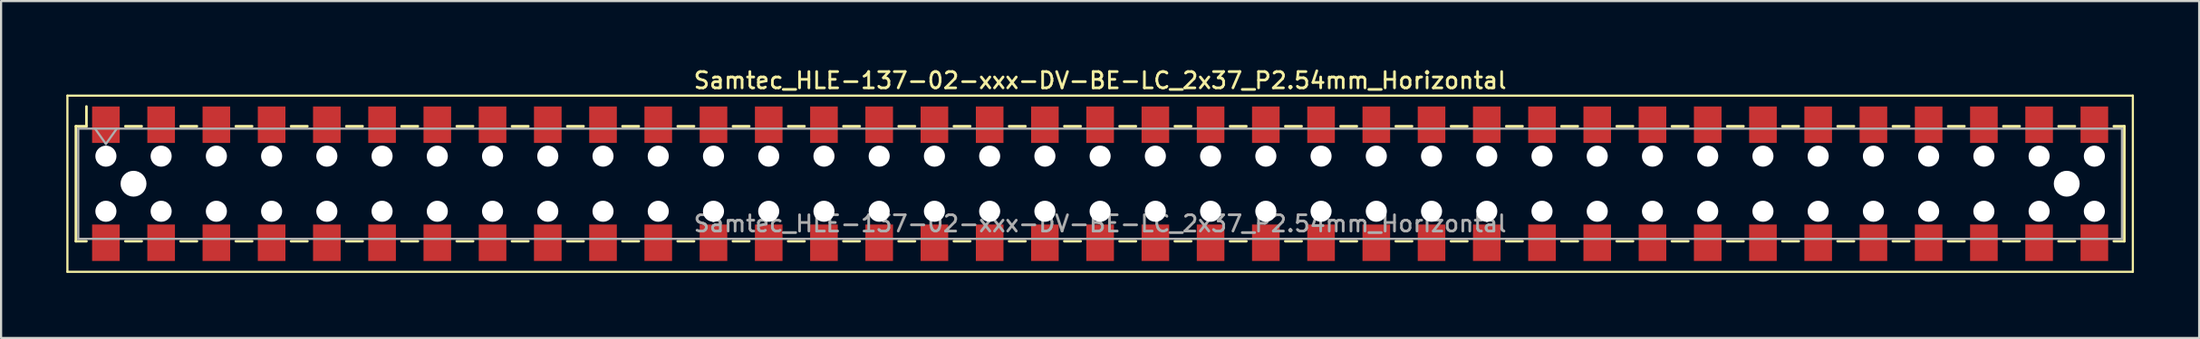
<source format=kicad_pcb>
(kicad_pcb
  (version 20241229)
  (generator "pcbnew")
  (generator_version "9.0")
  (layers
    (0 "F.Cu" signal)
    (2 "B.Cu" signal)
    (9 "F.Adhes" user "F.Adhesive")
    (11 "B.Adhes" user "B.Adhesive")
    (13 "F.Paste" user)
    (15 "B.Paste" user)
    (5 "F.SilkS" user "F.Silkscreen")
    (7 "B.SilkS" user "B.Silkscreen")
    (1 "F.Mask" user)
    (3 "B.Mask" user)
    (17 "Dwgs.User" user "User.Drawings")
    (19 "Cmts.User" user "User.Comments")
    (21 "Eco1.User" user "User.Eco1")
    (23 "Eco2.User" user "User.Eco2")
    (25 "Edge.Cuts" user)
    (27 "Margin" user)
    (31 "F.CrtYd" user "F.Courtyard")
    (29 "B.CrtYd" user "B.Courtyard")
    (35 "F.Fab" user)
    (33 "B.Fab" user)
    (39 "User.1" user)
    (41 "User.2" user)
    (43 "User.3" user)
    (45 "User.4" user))
  (footprint "Samtec_HLE-137-02-xxx-DV-BE-LC_2x37_P2.54mm_Horizontal"
    (layer "F.Cu")
    (at 47.54 5.418)
    (property "Reference" "Samtec_HLE-137-02-xxx-DV-BE-LC_2x37_P2.54mm_Horizontal" (at 0 -4.76 0) (layer "F.SilkS") (effects (font (size 0.75 0.75) (thickness 0.125))))
    (attr smd)
    (fp_line (start -47.49 -4.06) (end 47.49 -4.06) (stroke (width 0.1) (type solid)) (layer "F.SilkS"))
    (fp_line (start -47.49 4.06) (end -47.49 -4.06) (stroke (width 0.1) (type solid)) (layer "F.SilkS"))
    (fp_line (start -47.1 -2.65) (end -47.1 2.65) (stroke (width 0.12) (type solid)) (layer "F.SilkS"))
    (fp_line (start -47.1 2.65) (end -46.615 2.65) (stroke (width 0.12) (type solid)) (layer "F.SilkS"))
    (fp_line (start -46.615 -3.56) (end -46.615 -2.65) (stroke (width 0.12) (type solid)) (layer "F.SilkS"))
    (fp_line (start -46.615 -2.65) (end -47.1 -2.65) (stroke (width 0.12) (type solid)) (layer "F.SilkS"))
    (fp_line (start -44.825 -2.65) (end -44.075 -2.65) (stroke (width 0.12) (type solid)) (layer "F.SilkS"))
    (fp_line (start -44.825 2.65) (end -44.075 2.65) (stroke (width 0.12) (type solid)) (layer "F.SilkS"))
    (fp_line (start -42.285 -2.65) (end -41.535 -2.65) (stroke (width 0.12) (type solid)) (layer "F.SilkS"))
    (fp_line (start -42.285 2.65) (end -41.535 2.65) (stroke (width 0.12) (type solid)) (layer "F.SilkS"))
    (fp_line (start -39.745 -2.65) (end -38.995 -2.65) (stroke (width 0.12) (type solid)) (layer "F.SilkS"))
    (fp_line (start -39.745 2.65) (end -38.995 2.65) (stroke (width 0.12) (type solid)) (layer "F.SilkS"))
    (fp_line (start -37.205 -2.65) (end -36.455 -2.65) (stroke (width 0.12) (type solid)) (layer "F.SilkS"))
    (fp_line (start -37.205 2.65) (end -36.455 2.65) (stroke (width 0.12) (type solid)) (layer "F.SilkS"))
    (fp_line (start -34.665 -2.65) (end -33.915 -2.65) (stroke (width 0.12) (type solid)) (layer "F.SilkS"))
    (fp_line (start -34.665 2.65) (end -33.915 2.65) (stroke (width 0.12) (type solid)) (layer "F.SilkS"))
    (fp_line (start -32.125 -2.65) (end -31.375 -2.65) (stroke (width 0.12) (type solid)) (layer "F.SilkS"))
    (fp_line (start -32.125 2.65) (end -31.375 2.65) (stroke (width 0.12) (type solid)) (layer "F.SilkS"))
    (fp_line (start -29.585 -2.65) (end -28.835 -2.65) (stroke (width 0.12) (type solid)) (layer "F.SilkS"))
    (fp_line (start -29.585 2.65) (end -28.835 2.65) (stroke (width 0.12) (type solid)) (layer "F.SilkS"))
    (fp_line (start -27.045 -2.65) (end -26.295 -2.65) (stroke (width 0.12) (type solid)) (layer "F.SilkS"))
    (fp_line (start -27.045 2.65) (end -26.295 2.65) (stroke (width 0.12) (type solid)) (layer "F.SilkS"))
    (fp_line (start -24.505 -2.65) (end -23.755 -2.65) (stroke (width 0.12) (type solid)) (layer "F.SilkS"))
    (fp_line (start -24.505 2.65) (end -23.755 2.65) (stroke (width 0.12) (type solid)) (layer "F.SilkS"))
    (fp_line (start -21.965 -2.65) (end -21.215 -2.65) (stroke (width 0.12) (type solid)) (layer "F.SilkS"))
    (fp_line (start -21.965 2.65) (end -21.215 2.65) (stroke (width 0.12) (type solid)) (layer "F.SilkS"))
    (fp_line (start -19.425 -2.65) (end -18.675 -2.65) (stroke (width 0.12) (type solid)) (layer "F.SilkS"))
    (fp_line (start -19.425 2.65) (end -18.675 2.65) (stroke (width 0.12) (type solid)) (layer "F.SilkS"))
    (fp_line (start -16.885 -2.65) (end -16.135 -2.65) (stroke (width 0.12) (type solid)) (layer "F.SilkS"))
    (fp_line (start -16.885 2.65) (end -16.135 2.65) (stroke (width 0.12) (type solid)) (layer "F.SilkS"))
    (fp_line (start -14.345 -2.65) (end -13.595 -2.65) (stroke (width 0.12) (type solid)) (layer "F.SilkS"))
    (fp_line (start -14.345 2.65) (end -13.595 2.65) (stroke (width 0.12) (type solid)) (layer "F.SilkS"))
    (fp_line (start -11.805 -2.65) (end -11.055 -2.65) (stroke (width 0.12) (type solid)) (layer "F.SilkS"))
    (fp_line (start -11.805 2.65) (end -11.055 2.65) (stroke (width 0.12) (type solid)) (layer "F.SilkS"))
    (fp_line (start -9.265 -2.65) (end -8.515 -2.65) (stroke (width 0.12) (type solid)) (layer "F.SilkS"))
    (fp_line (start -9.265 2.65) (end -8.515 2.65) (stroke (width 0.12) (type solid)) (layer "F.SilkS"))
    (fp_line (start -6.725 -2.65) (end -5.975 -2.65) (stroke (width 0.12) (type solid)) (layer "F.SilkS"))
    (fp_line (start -6.725 2.65) (end -5.975 2.65) (stroke (width 0.12) (type solid)) (layer "F.SilkS"))
    (fp_line (start -4.185 -2.65) (end -3.435 -2.65) (stroke (width 0.12) (type solid)) (layer "F.SilkS"))
    (fp_line (start -4.185 2.65) (end -3.435 2.65) (stroke (width 0.12) (type solid)) (layer "F.SilkS"))
    (fp_line (start -1.645 -2.65) (end -0.895 -2.65) (stroke (width 0.12) (type solid)) (layer "F.SilkS"))
    (fp_line (start -1.645 2.65) (end -0.895 2.65) (stroke (width 0.12) (type solid)) (layer "F.SilkS"))
    (fp_line (start 0.895 -2.65) (end 1.645 -2.65) (stroke (width 0.12) (type solid)) (layer "F.SilkS"))
    (fp_line (start 0.895 2.65) (end 1.645 2.65) (stroke (width 0.12) (type solid)) (layer "F.SilkS"))
    (fp_line (start 3.435 -2.65) (end 4.185 -2.65) (stroke (width 0.12) (type solid)) (layer "F.SilkS"))
    (fp_line (start 3.435 2.65) (end 4.185 2.65) (stroke (width 0.12) (type solid)) (layer "F.SilkS"))
    (fp_line (start 5.975 -2.65) (end 6.725 -2.65) (stroke (width 0.12) (type solid)) (layer "F.SilkS"))
    (fp_line (start 5.975 2.65) (end 6.725 2.65) (stroke (width 0.12) (type solid)) (layer "F.SilkS"))
    (fp_line (start 8.515 -2.65) (end 9.265 -2.65) (stroke (width 0.12) (type solid)) (layer "F.SilkS"))
    (fp_line (start 8.515 2.65) (end 9.265 2.65) (stroke (width 0.12) (type solid)) (layer "F.SilkS"))
    (fp_line (start 11.055 -2.65) (end 11.805 -2.65) (stroke (width 0.12) (type solid)) (layer "F.SilkS"))
    (fp_line (start 11.055 2.65) (end 11.805 2.65) (stroke (width 0.12) (type solid)) (layer "F.SilkS"))
    (fp_line (start 13.595 -2.65) (end 14.345 -2.65) (stroke (width 0.12) (type solid)) (layer "F.SilkS"))
    (fp_line (start 13.595 2.65) (end 14.345 2.65) (stroke (width 0.12) (type solid)) (layer "F.SilkS"))
    (fp_line (start 16.135 -2.65) (end 16.885 -2.65) (stroke (width 0.12) (type solid)) (layer "F.SilkS"))
    (fp_line (start 16.135 2.65) (end 16.885 2.65) (stroke (width 0.12) (type solid)) (layer "F.SilkS"))
    (fp_line (start 18.675 -2.65) (end 19.425 -2.65) (stroke (width 0.12) (type solid)) (layer "F.SilkS"))
    (fp_line (start 18.675 2.65) (end 19.425 2.65) (stroke (width 0.12) (type solid)) (layer "F.SilkS"))
    (fp_line (start 21.215 -2.65) (end 21.965 -2.65) (stroke (width 0.12) (type solid)) (layer "F.SilkS"))
    (fp_line (start 21.215 2.65) (end 21.965 2.65) (stroke (width 0.12) (type solid)) (layer "F.SilkS"))
    (fp_line (start 23.755 -2.65) (end 24.505 -2.65) (stroke (width 0.12) (type solid)) (layer "F.SilkS"))
    (fp_line (start 23.755 2.65) (end 24.505 2.65) (stroke (width 0.12) (type solid)) (layer "F.SilkS"))
    (fp_line (start 26.295 -2.65) (end 27.045 -2.65) (stroke (width 0.12) (type solid)) (layer "F.SilkS"))
    (fp_line (start 26.295 2.65) (end 27.045 2.65) (stroke (width 0.12) (type solid)) (layer "F.SilkS"))
    (fp_line (start 28.835 -2.65) (end 29.585 -2.65) (stroke (width 0.12) (type solid)) (layer "F.SilkS"))
    (fp_line (start 28.835 2.65) (end 29.585 2.65) (stroke (width 0.12) (type solid)) (layer "F.SilkS"))
    (fp_line (start 31.375 -2.65) (end 32.125 -2.65) (stroke (width 0.12) (type solid)) (layer "F.SilkS"))
    (fp_line (start 31.375 2.65) (end 32.125 2.65) (stroke (width 0.12) (type solid)) (layer "F.SilkS"))
    (fp_line (start 33.915 -2.65) (end 34.665 -2.65) (stroke (width 0.12) (type solid)) (layer "F.SilkS"))
    (fp_line (start 33.915 2.65) (end 34.665 2.65) (stroke (width 0.12) (type solid)) (layer "F.SilkS"))
    (fp_line (start 36.455 -2.65) (end 37.205 -2.65) (stroke (width 0.12) (type solid)) (layer "F.SilkS"))
    (fp_line (start 36.455 2.65) (end 37.205 2.65) (stroke (width 0.12) (type solid)) (layer "F.SilkS"))
    (fp_line (start 38.995 -2.65) (end 39.745 -2.65) (stroke (width 0.12) (type solid)) (layer "F.SilkS"))
    (fp_line (start 38.995 2.65) (end 39.745 2.65) (stroke (width 0.12) (type solid)) (layer "F.SilkS"))
    (fp_line (start 41.535 -2.65) (end 42.285 -2.65) (stroke (width 0.12) (type solid)) (layer "F.SilkS"))
    (fp_line (start 41.535 2.65) (end 42.285 2.65) (stroke (width 0.12) (type solid)) (layer "F.SilkS"))
    (fp_line (start 44.075 -2.65) (end 44.825 -2.65) (stroke (width 0.12) (type solid)) (layer "F.SilkS"))
    (fp_line (start 44.075 2.65) (end 44.825 2.65) (stroke (width 0.12) (type solid)) (layer "F.SilkS"))
    (fp_line (start 46.615 -2.65) (end 47.1 -2.65) (stroke (width 0.12) (type solid)) (layer "F.SilkS"))
    (fp_line (start 47.1 -2.65) (end 47.1 2.65) (stroke (width 0.12) (type solid)) (layer "F.SilkS"))
    (fp_line (start 47.1 2.65) (end 46.615 2.65) (stroke (width 0.12) (type solid)) (layer "F.SilkS"))
    (fp_line (start 47.49 -4.06) (end 47.49 4.06) (stroke (width 0.1) (type solid)) (layer "F.SilkS"))
    (fp_line (start 47.49 4.06) (end -47.49 4.06) (stroke (width 0.1) (type solid)) (layer "F.SilkS"))
    (fp_line (start -46.99 -2.54) (end 46.99 -2.54) (stroke (width 0.1) (type solid)) (layer "F.Fab"))
    (fp_line (start -46.99 2.54) (end -46.99 -2.54) (stroke (width 0.1) (type solid)) (layer "F.Fab"))
    (fp_line (start -46.22 -2.54) (end -45.72 -1.833) (stroke (width 0.1) (type solid)) (layer "F.Fab"))
    (fp_line (start -45.72 -1.833) (end -45.22 -2.54) (stroke (width 0.1) (type solid)) (layer "F.Fab"))
    (fp_line (start 46.99 -2.54) (end 46.99 2.54) (stroke (width 0.1) (type solid)) (layer "F.Fab"))
    (fp_line (start 46.99 2.54) (end -46.99 2.54) (stroke (width 0.1) (type solid)) (layer "F.Fab"))
    (fp_text user "${REFERENCE}" (at 0 1.84 0) (layer "F.Fab") (effects (font (size 0.75 0.75) (thickness 0.125))))
    (pad "" np_thru_hole circle (at -45.72 -1.27) (size 0.97 0.97) (drill 0.97) (layers "*.Cu" "*.Mask"))
    (pad "" np_thru_hole circle (at -45.72 1.27) (size 0.97 0.97) (drill 0.97) (layers "*.Cu" "*.Mask"))
    (pad "" np_thru_hole circle (at -44.45 0) (size 1.19 1.19) (drill 1.19) (layers "*.Cu" "*.Mask"))
    (pad "" np_thru_hole circle (at -43.18 -1.27) (size 0.97 0.97) (drill 0.97) (layers "*.Cu" "*.Mask"))
    (pad "" np_thru_hole circle (at -43.18 1.27) (size 0.97 0.97) (drill 0.97) (layers "*.Cu" "*.Mask"))
    (pad "" np_thru_hole circle (at -40.64 -1.27) (size 0.97 0.97) (drill 0.97) (layers "*.Cu" "*.Mask"))
    (pad "" np_thru_hole circle (at -40.64 1.27) (size 0.97 0.97) (drill 0.97) (layers "*.Cu" "*.Mask"))
    (pad "" np_thru_hole circle (at -38.1 -1.27) (size 0.97 0.97) (drill 0.97) (layers "*.Cu" "*.Mask"))
    (pad "" np_thru_hole circle (at -38.1 1.27) (size 0.97 0.97) (drill 0.97) (layers "*.Cu" "*.Mask"))
    (pad "" np_thru_hole circle (at -35.56 -1.27) (size 0.97 0.97) (drill 0.97) (layers "*.Cu" "*.Mask"))
    (pad "" np_thru_hole circle (at -35.56 1.27) (size 0.97 0.97) (drill 0.97) (layers "*.Cu" "*.Mask"))
    (pad "" np_thru_hole circle (at -33.02 -1.27) (size 0.97 0.97) (drill 0.97) (layers "*.Cu" "*.Mask"))
    (pad "" np_thru_hole circle (at -33.02 1.27) (size 0.97 0.97) (drill 0.97) (layers "*.Cu" "*.Mask"))
    (pad "" np_thru_hole circle (at -30.48 -1.27) (size 0.97 0.97) (drill 0.97) (layers "*.Cu" "*.Mask"))
    (pad "" np_thru_hole circle (at -30.48 1.27) (size 0.97 0.97) (drill 0.97) (layers "*.Cu" "*.Mask"))
    (pad "" np_thru_hole circle (at -27.94 -1.27) (size 0.97 0.97) (drill 0.97) (layers "*.Cu" "*.Mask"))
    (pad "" np_thru_hole circle (at -27.94 1.27) (size 0.97 0.97) (drill 0.97) (layers "*.Cu" "*.Mask"))
    (pad "" np_thru_hole circle (at -25.4 -1.27) (size 0.97 0.97) (drill 0.97) (layers "*.Cu" "*.Mask"))
    (pad "" np_thru_hole circle (at -25.4 1.27) (size 0.97 0.97) (drill 0.97) (layers "*.Cu" "*.Mask"))
    (pad "" np_thru_hole circle (at -22.86 -1.27) (size 0.97 0.97) (drill 0.97) (layers "*.Cu" "*.Mask"))
    (pad "" np_thru_hole circle (at -22.86 1.27) (size 0.97 0.97) (drill 0.97) (layers "*.Cu" "*.Mask"))
    (pad "" np_thru_hole circle (at -20.32 -1.27) (size 0.97 0.97) (drill 0.97) (layers "*.Cu" "*.Mask"))
    (pad "" np_thru_hole circle (at -20.32 1.27) (size 0.97 0.97) (drill 0.97) (layers "*.Cu" "*.Mask"))
    (pad "" np_thru_hole circle (at -17.78 -1.27) (size 0.97 0.97) (drill 0.97) (layers "*.Cu" "*.Mask"))
    (pad "" np_thru_hole circle (at -17.78 1.27) (size 0.97 0.97) (drill 0.97) (layers "*.Cu" "*.Mask"))
    (pad "" np_thru_hole circle (at -15.24 -1.27) (size 0.97 0.97) (drill 0.97) (layers "*.Cu" "*.Mask"))
    (pad "" np_thru_hole circle (at -15.24 1.27) (size 0.97 0.97) (drill 0.97) (layers "*.Cu" "*.Mask"))
    (pad "" np_thru_hole circle (at -12.7 -1.27) (size 0.97 0.97) (drill 0.97) (layers "*.Cu" "*.Mask"))
    (pad "" np_thru_hole circle (at -12.7 1.27) (size 0.97 0.97) (drill 0.97) (layers "*.Cu" "*.Mask"))
    (pad "" np_thru_hole circle (at -10.16 -1.27) (size 0.97 0.97) (drill 0.97) (layers "*.Cu" "*.Mask"))
    (pad "" np_thru_hole circle (at -10.16 1.27) (size 0.97 0.97) (drill 0.97) (layers "*.Cu" "*.Mask"))
    (pad "" np_thru_hole circle (at -7.62 -1.27) (size 0.97 0.97) (drill 0.97) (layers "*.Cu" "*.Mask"))
    (pad "" np_thru_hole circle (at -7.62 1.27) (size 0.97 0.97) (drill 0.97) (layers "*.Cu" "*.Mask"))
    (pad "" np_thru_hole circle (at -5.08 -1.27) (size 0.97 0.97) (drill 0.97) (layers "*.Cu" "*.Mask"))
    (pad "" np_thru_hole circle (at -5.08 1.27) (size 0.97 0.97) (drill 0.97) (layers "*.Cu" "*.Mask"))
    (pad "" np_thru_hole circle (at -2.54 -1.27) (size 0.97 0.97) (drill 0.97) (layers "*.Cu" "*.Mask"))
    (pad "" np_thru_hole circle (at -2.54 1.27) (size 0.97 0.97) (drill 0.97) (layers "*.Cu" "*.Mask"))
    (pad "" np_thru_hole circle (at 0 -1.27) (size 0.97 0.97) (drill 0.97) (layers "*.Cu" "*.Mask"))
    (pad "" np_thru_hole circle (at 0 1.27) (size 0.97 0.97) (drill 0.97) (layers "*.Cu" "*.Mask"))
    (pad "" np_thru_hole circle (at 2.54 -1.27) (size 0.97 0.97) (drill 0.97) (layers "*.Cu" "*.Mask"))
    (pad "" np_thru_hole circle (at 2.54 1.27) (size 0.97 0.97) (drill 0.97) (layers "*.Cu" "*.Mask"))
    (pad "" np_thru_hole circle (at 5.08 -1.27) (size 0.97 0.97) (drill 0.97) (layers "*.Cu" "*.Mask"))
    (pad "" np_thru_hole circle (at 5.08 1.27) (size 0.97 0.97) (drill 0.97) (layers "*.Cu" "*.Mask"))
    (pad "" np_thru_hole circle (at 7.62 -1.27) (size 0.97 0.97) (drill 0.97) (layers "*.Cu" "*.Mask"))
    (pad "" np_thru_hole circle (at 7.62 1.27) (size 0.97 0.97) (drill 0.97) (layers "*.Cu" "*.Mask"))
    (pad "" np_thru_hole circle (at 10.16 -1.27) (size 0.97 0.97) (drill 0.97) (layers "*.Cu" "*.Mask"))
    (pad "" np_thru_hole circle (at 10.16 1.27) (size 0.97 0.97) (drill 0.97) (layers "*.Cu" "*.Mask"))
    (pad "" np_thru_hole circle (at 12.7 -1.27) (size 0.97 0.97) (drill 0.97) (layers "*.Cu" "*.Mask"))
    (pad "" np_thru_hole circle (at 12.7 1.27) (size 0.97 0.97) (drill 0.97) (layers "*.Cu" "*.Mask"))
    (pad "" np_thru_hole circle (at 15.24 -1.27) (size 0.97 0.97) (drill 0.97) (layers "*.Cu" "*.Mask"))
    (pad "" np_thru_hole circle (at 15.24 1.27) (size 0.97 0.97) (drill 0.97) (layers "*.Cu" "*.Mask"))
    (pad "" np_thru_hole circle (at 17.78 -1.27) (size 0.97 0.97) (drill 0.97) (layers "*.Cu" "*.Mask"))
    (pad "" np_thru_hole circle (at 17.78 1.27) (size 0.97 0.97) (drill 0.97) (layers "*.Cu" "*.Mask"))
    (pad "" np_thru_hole circle (at 20.32 -1.27) (size 0.97 0.97) (drill 0.97) (layers "*.Cu" "*.Mask"))
    (pad "" np_thru_hole circle (at 20.32 1.27) (size 0.97 0.97) (drill 0.97) (layers "*.Cu" "*.Mask"))
    (pad "" np_thru_hole circle (at 22.86 -1.27) (size 0.97 0.97) (drill 0.97) (layers "*.Cu" "*.Mask"))
    (pad "" np_thru_hole circle (at 22.86 1.27) (size 0.97 0.97) (drill 0.97) (layers "*.Cu" "*.Mask"))
    (pad "" np_thru_hole circle (at 25.4 -1.27) (size 0.97 0.97) (drill 0.97) (layers "*.Cu" "*.Mask"))
    (pad "" np_thru_hole circle (at 25.4 1.27) (size 0.97 0.97) (drill 0.97) (layers "*.Cu" "*.Mask"))
    (pad "" np_thru_hole circle (at 27.94 -1.27) (size 0.97 0.97) (drill 0.97) (layers "*.Cu" "*.Mask"))
    (pad "" np_thru_hole circle (at 27.94 1.27) (size 0.97 0.97) (drill 0.97) (layers "*.Cu" "*.Mask"))
    (pad "" np_thru_hole circle (at 30.48 -1.27) (size 0.97 0.97) (drill 0.97) (layers "*.Cu" "*.Mask"))
    (pad "" np_thru_hole circle (at 30.48 1.27) (size 0.97 0.97) (drill 0.97) (layers "*.Cu" "*.Mask"))
    (pad "" np_thru_hole circle (at 33.02 -1.27) (size 0.97 0.97) (drill 0.97) (layers "*.Cu" "*.Mask"))
    (pad "" np_thru_hole circle (at 33.02 1.27) (size 0.97 0.97) (drill 0.97) (layers "*.Cu" "*.Mask"))
    (pad "" np_thru_hole circle (at 35.56 -1.27) (size 0.97 0.97) (drill 0.97) (layers "*.Cu" "*.Mask"))
    (pad "" np_thru_hole circle (at 35.56 1.27) (size 0.97 0.97) (drill 0.97) (layers "*.Cu" "*.Mask"))
    (pad "" np_thru_hole circle (at 38.1 -1.27) (size 0.97 0.97) (drill 0.97) (layers "*.Cu" "*.Mask"))
    (pad "" np_thru_hole circle (at 38.1 1.27) (size 0.97 0.97) (drill 0.97) (layers "*.Cu" "*.Mask"))
    (pad "" np_thru_hole circle (at 40.64 -1.27) (size 0.97 0.97) (drill 0.97) (layers "*.Cu" "*.Mask"))
    (pad "" np_thru_hole circle (at 40.64 1.27) (size 0.97 0.97) (drill 0.97) (layers "*.Cu" "*.Mask"))
    (pad "" np_thru_hole circle (at 43.18 -1.27) (size 0.97 0.97) (drill 0.97) (layers "*.Cu" "*.Mask"))
    (pad "" np_thru_hole circle (at 43.18 1.27) (size 0.97 0.97) (drill 0.97) (layers "*.Cu" "*.Mask"))
    (pad "" np_thru_hole circle (at 44.45 0) (size 1.19 1.19) (drill 1.19) (layers "*.Cu" "*.Mask"))
    (pad "" np_thru_hole circle (at 45.72 -1.27) (size 0.97 0.97) (drill 0.97) (layers "*.Cu" "*.Mask"))
    (pad "" np_thru_hole circle (at 45.72 1.27) (size 0.97 0.97) (drill 0.97) (layers "*.Cu" "*.Mask"))
    (pad "1" smd rect (at -45.72 -2.72) (size 1.27 1.68) (layers "F.Cu" "F.Mask" "F.Paste"))
    (pad "2" smd rect (at -45.72 2.72) (size 1.27 1.68) (layers "F.Cu" "F.Mask" "F.Paste"))
    (pad "3" smd rect (at -43.18 -2.72) (size 1.27 1.68) (layers "F.Cu" "F.Mask" "F.Paste"))
    (pad "4" smd rect (at -43.18 2.72) (size 1.27 1.68) (layers "F.Cu" "F.Mask" "F.Paste"))
    (pad "5" smd rect (at -40.64 -2.72) (size 1.27 1.68) (layers "F.Cu" "F.Mask" "F.Paste"))
    (pad "6" smd rect (at -40.64 2.72) (size 1.27 1.68) (layers "F.Cu" "F.Mask" "F.Paste"))
    (pad "7" smd rect (at -38.1 -2.72) (size 1.27 1.68) (layers "F.Cu" "F.Mask" "F.Paste"))
    (pad "8" smd rect (at -38.1 2.72) (size 1.27 1.68) (layers "F.Cu" "F.Mask" "F.Paste"))
    (pad "9" smd rect (at -35.56 -2.72) (size 1.27 1.68) (layers "F.Cu" "F.Mask" "F.Paste"))
    (pad "10" smd rect (at -35.56 2.72) (size 1.27 1.68) (layers "F.Cu" "F.Mask" "F.Paste"))
    (pad "11" smd rect (at -33.02 -2.72) (size 1.27 1.68) (layers "F.Cu" "F.Mask" "F.Paste"))
    (pad "12" smd rect (at -33.02 2.72) (size 1.27 1.68) (layers "F.Cu" "F.Mask" "F.Paste"))
    (pad "13" smd rect (at -30.48 -2.72) (size 1.27 1.68) (layers "F.Cu" "F.Mask" "F.Paste"))
    (pad "14" smd rect (at -30.48 2.72) (size 1.27 1.68) (layers "F.Cu" "F.Mask" "F.Paste"))
    (pad "15" smd rect (at -27.94 -2.72) (size 1.27 1.68) (layers "F.Cu" "F.Mask" "F.Paste"))
    (pad "16" smd rect (at -27.94 2.72) (size 1.27 1.68) (layers "F.Cu" "F.Mask" "F.Paste"))
    (pad "17" smd rect (at -25.4 -2.72) (size 1.27 1.68) (layers "F.Cu" "F.Mask" "F.Paste"))
    (pad "18" smd rect (at -25.4 2.72) (size 1.27 1.68) (layers "F.Cu" "F.Mask" "F.Paste"))
    (pad "19" smd rect (at -22.86 -2.72) (size 1.27 1.68) (layers "F.Cu" "F.Mask" "F.Paste"))
    (pad "20" smd rect (at -22.86 2.72) (size 1.27 1.68) (layers "F.Cu" "F.Mask" "F.Paste"))
    (pad "21" smd rect (at -20.32 -2.72) (size 1.27 1.68) (layers "F.Cu" "F.Mask" "F.Paste"))
    (pad "22" smd rect (at -20.32 2.72) (size 1.27 1.68) (layers "F.Cu" "F.Mask" "F.Paste"))
    (pad "23" smd rect (at -17.78 -2.72) (size 1.27 1.68) (layers "F.Cu" "F.Mask" "F.Paste"))
    (pad "24" smd rect (at -17.78 2.72) (size 1.27 1.68) (layers "F.Cu" "F.Mask" "F.Paste"))
    (pad "25" smd rect (at -15.24 -2.72) (size 1.27 1.68) (layers "F.Cu" "F.Mask" "F.Paste"))
    (pad "26" smd rect (at -15.24 2.72) (size 1.27 1.68) (layers "F.Cu" "F.Mask" "F.Paste"))
    (pad "27" smd rect (at -12.7 -2.72) (size 1.27 1.68) (layers "F.Cu" "F.Mask" "F.Paste"))
    (pad "28" smd rect (at -12.7 2.72) (size 1.27 1.68) (layers "F.Cu" "F.Mask" "F.Paste"))
    (pad "29" smd rect (at -10.16 -2.72) (size 1.27 1.68) (layers "F.Cu" "F.Mask" "F.Paste"))
    (pad "30" smd rect (at -10.16 2.72) (size 1.27 1.68) (layers "F.Cu" "F.Mask" "F.Paste"))
    (pad "31" smd rect (at -7.62 -2.72) (size 1.27 1.68) (layers "F.Cu" "F.Mask" "F.Paste"))
    (pad "32" smd rect (at -7.62 2.72) (size 1.27 1.68) (layers "F.Cu" "F.Mask" "F.Paste"))
    (pad "33" smd rect (at -5.08 -2.72) (size 1.27 1.68) (layers "F.Cu" "F.Mask" "F.Paste"))
    (pad "34" smd rect (at -5.08 2.72) (size 1.27 1.68) (layers "F.Cu" "F.Mask" "F.Paste"))
    (pad "35" smd rect (at -2.54 -2.72) (size 1.27 1.68) (layers "F.Cu" "F.Mask" "F.Paste"))
    (pad "36" smd rect (at -2.54 2.72) (size 1.27 1.68) (layers "F.Cu" "F.Mask" "F.Paste"))
    (pad "37" smd rect (at 0 -2.72) (size 1.27 1.68) (layers "F.Cu" "F.Mask" "F.Paste"))
    (pad "38" smd rect (at 0 2.72) (size 1.27 1.68) (layers "F.Cu" "F.Mask" "F.Paste"))
    (pad "39" smd rect (at 2.54 -2.72) (size 1.27 1.68) (layers "F.Cu" "F.Mask" "F.Paste"))
    (pad "40" smd rect (at 2.54 2.72) (size 1.27 1.68) (layers "F.Cu" "F.Mask" "F.Paste"))
    (pad "41" smd rect (at 5.08 -2.72) (size 1.27 1.68) (layers "F.Cu" "F.Mask" "F.Paste"))
    (pad "42" smd rect (at 5.08 2.72) (size 1.27 1.68) (layers "F.Cu" "F.Mask" "F.Paste"))
    (pad "43" smd rect (at 7.62 -2.72) (size 1.27 1.68) (layers "F.Cu" "F.Mask" "F.Paste"))
    (pad "44" smd rect (at 7.62 2.72) (size 1.27 1.68) (layers "F.Cu" "F.Mask" "F.Paste"))
    (pad "45" smd rect (at 10.16 -2.72) (size 1.27 1.68) (layers "F.Cu" "F.Mask" "F.Paste"))
    (pad "46" smd rect (at 10.16 2.72) (size 1.27 1.68) (layers "F.Cu" "F.Mask" "F.Paste"))
    (pad "47" smd rect (at 12.7 -2.72) (size 1.27 1.68) (layers "F.Cu" "F.Mask" "F.Paste"))
    (pad "48" smd rect (at 12.7 2.72) (size 1.27 1.68) (layers "F.Cu" "F.Mask" "F.Paste"))
    (pad "49" smd rect (at 15.24 -2.72) (size 1.27 1.68) (layers "F.Cu" "F.Mask" "F.Paste"))
    (pad "50" smd rect (at 15.24 2.72) (size 1.27 1.68) (layers "F.Cu" "F.Mask" "F.Paste"))
    (pad "51" smd rect (at 17.78 -2.72) (size 1.27 1.68) (layers "F.Cu" "F.Mask" "F.Paste"))
    (pad "52" smd rect (at 17.78 2.72) (size 1.27 1.68) (layers "F.Cu" "F.Mask" "F.Paste"))
    (pad "53" smd rect (at 20.32 -2.72) (size 1.27 1.68) (layers "F.Cu" "F.Mask" "F.Paste"))
    (pad "54" smd rect (at 20.32 2.72) (size 1.27 1.68) (layers "F.Cu" "F.Mask" "F.Paste"))
    (pad "55" smd rect (at 22.86 -2.72) (size 1.27 1.68) (layers "F.Cu" "F.Mask" "F.Paste"))
    (pad "56" smd rect (at 22.86 2.72) (size 1.27 1.68) (layers "F.Cu" "F.Mask" "F.Paste"))
    (pad "57" smd rect (at 25.4 -2.72) (size 1.27 1.68) (layers "F.Cu" "F.Mask" "F.Paste"))
    (pad "58" smd rect (at 25.4 2.72) (size 1.27 1.68) (layers "F.Cu" "F.Mask" "F.Paste"))
    (pad "59" smd rect (at 27.94 -2.72) (size 1.27 1.68) (layers "F.Cu" "F.Mask" "F.Paste"))
    (pad "60" smd rect (at 27.94 2.72) (size 1.27 1.68) (layers "F.Cu" "F.Mask" "F.Paste"))
    (pad "61" smd rect (at 30.48 -2.72) (size 1.27 1.68) (layers "F.Cu" "F.Mask" "F.Paste"))
    (pad "62" smd rect (at 30.48 2.72) (size 1.27 1.68) (layers "F.Cu" "F.Mask" "F.Paste"))
    (pad "63" smd rect (at 33.02 -2.72) (size 1.27 1.68) (layers "F.Cu" "F.Mask" "F.Paste"))
    (pad "64" smd rect (at 33.02 2.72) (size 1.27 1.68) (layers "F.Cu" "F.Mask" "F.Paste"))
    (pad "65" smd rect (at 35.56 -2.72) (size 1.27 1.68) (layers "F.Cu" "F.Mask" "F.Paste"))
    (pad "66" smd rect (at 35.56 2.72) (size 1.27 1.68) (layers "F.Cu" "F.Mask" "F.Paste"))
    (pad "67" smd rect (at 38.1 -2.72) (size 1.27 1.68) (layers "F.Cu" "F.Mask" "F.Paste"))
    (pad "68" smd rect (at 38.1 2.72) (size 1.27 1.68) (layers "F.Cu" "F.Mask" "F.Paste"))
    (pad "69" smd rect (at 40.64 -2.72) (size 1.27 1.68) (layers "F.Cu" "F.Mask" "F.Paste"))
    (pad "70" smd rect (at 40.64 2.72) (size 1.27 1.68) (layers "F.Cu" "F.Mask" "F.Paste"))
    (pad "71" smd rect (at 43.18 -2.72) (size 1.27 1.68) (layers "F.Cu" "F.Mask" "F.Paste"))
    (pad "72" smd rect (at 43.18 2.72) (size 1.27 1.68) (layers "F.Cu" "F.Mask" "F.Paste"))
    (pad "73" smd rect (at 45.72 -2.72) (size 1.27 1.68) (layers "F.Cu" "F.Mask" "F.Paste"))
    (pad "74" smd rect (at 45.72 2.72) (size 1.27 1.68) (layers "F.Cu" "F.Mask" "F.Paste")))
  (gr_rect
    (start -3 -3)
    (end 98.08 12.528)
    (stroke (width 0.1) (type default))
    (fill no)
    (layer "Edge.Cuts")))
</source>
